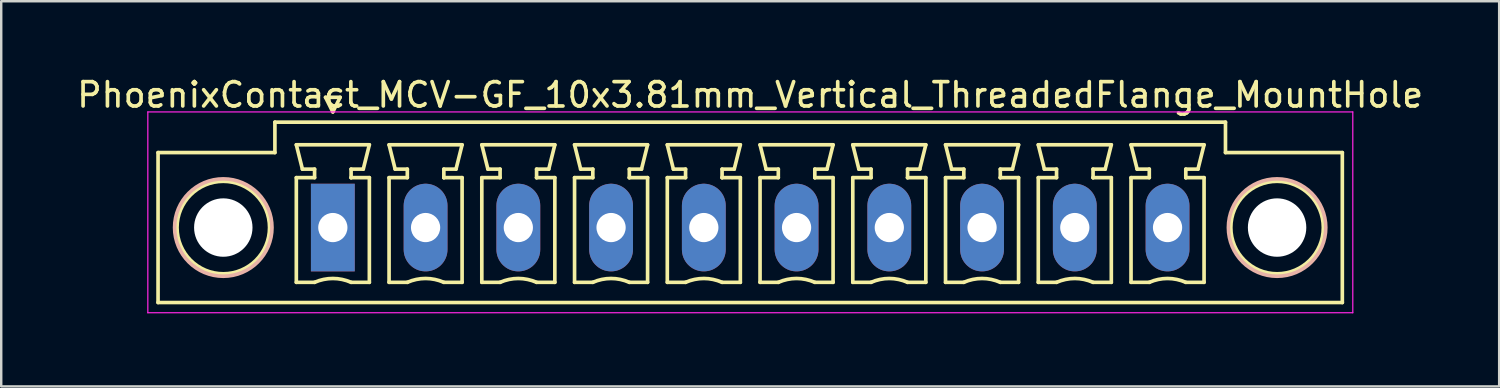
<source format=kicad_pcb>
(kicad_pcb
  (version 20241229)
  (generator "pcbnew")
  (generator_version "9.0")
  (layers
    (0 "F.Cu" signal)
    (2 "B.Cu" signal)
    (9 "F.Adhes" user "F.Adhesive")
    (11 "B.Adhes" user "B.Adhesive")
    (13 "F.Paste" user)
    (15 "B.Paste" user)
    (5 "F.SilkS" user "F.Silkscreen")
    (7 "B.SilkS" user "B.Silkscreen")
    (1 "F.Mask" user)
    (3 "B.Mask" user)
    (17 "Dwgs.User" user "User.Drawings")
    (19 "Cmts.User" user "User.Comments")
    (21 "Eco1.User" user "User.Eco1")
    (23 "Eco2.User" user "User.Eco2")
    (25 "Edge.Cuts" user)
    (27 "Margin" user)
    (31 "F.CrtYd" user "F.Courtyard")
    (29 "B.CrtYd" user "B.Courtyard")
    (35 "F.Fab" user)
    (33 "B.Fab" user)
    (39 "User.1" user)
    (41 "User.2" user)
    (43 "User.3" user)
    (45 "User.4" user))
  (footprint "PhoenixContact_MCV-GF_10x3.81mm_Vertical_ThreadedFlange_MountHole"
    (layer "F.Cu")
    (at 10.623 6.298)
    (property "Reference" "PhoenixContact_MCV-GF_10x3.81mm_Vertical_ThreadedFlange_MountHole" (at 17.145 -5.45 0) (layer "F.SilkS") (effects (font (size 1 1) (thickness 0.15))))
    (attr through_hole)
    (fp_line (start -7.18 -3.08) (end -7.18 3.08) (stroke (width 0.15) (type solid)) (layer "F.SilkS"))
    (fp_line (start -7.18 3.08) (end 41.47 3.08) (stroke (width 0.15) (type solid)) (layer "F.SilkS"))
    (fp_line (start -2.38 -4.33) (end -2.38 -3.08) (stroke (width 0.15) (type solid)) (layer "F.SilkS"))
    (fp_line (start -2.38 -3.08) (end -7.18 -3.08) (stroke (width 0.15) (type solid)) (layer "F.SilkS"))
    (fp_line (start -1.5 -3.4) (end 1.5 -3.4) (stroke (width 0.15) (type solid)) (layer "F.SilkS"))
    (fp_line (start -1.5 -2.05) (end -0.75 -2.05) (stroke (width 0.15) (type solid)) (layer "F.SilkS"))
    (fp_line (start -1.5 2.25) (end -1.5 -2.05) (stroke (width 0.15) (type solid)) (layer "F.SilkS"))
    (fp_line (start -1.25 -2.4) (end -1.5 -3.4) (stroke (width 0.15) (type solid)) (layer "F.SilkS"))
    (fp_line (start -0.75 -2.4) (end -1.25 -2.4) (stroke (width 0.15) (type solid)) (layer "F.SilkS"))
    (fp_line (start -0.75 -2.05) (end -0.75 -2.4) (stroke (width 0.15) (type solid)) (layer "F.SilkS"))
    (fp_line (start -0.75 2.25) (end -1.5 2.25) (stroke (width 0.15) (type solid)) (layer "F.SilkS"))
    (fp_line (start -0.3 -5.35) (end 0 -4.75) (stroke (width 0.15) (type solid)) (layer "F.SilkS"))
    (fp_line (start 0 -4.75) (end 0.3 -5.35) (stroke (width 0.15) (type solid)) (layer "F.SilkS"))
    (fp_line (start 0.3 -5.35) (end -0.3 -5.35) (stroke (width 0.15) (type solid)) (layer "F.SilkS"))
    (fp_line (start 0.75 -2.4) (end 0.75 -2.05) (stroke (width 0.15) (type solid)) (layer "F.SilkS"))
    (fp_line (start 0.75 -2.05) (end 0.75 -2.05) (stroke (width 0.15) (type solid)) (layer "F.SilkS"))
    (fp_line (start 0.75 -2.05) (end 1.5 -2.05) (stroke (width 0.15) (type solid)) (layer "F.SilkS"))
    (fp_line (start 1.25 -2.4) (end 0.75 -2.4) (stroke (width 0.15) (type solid)) (layer "F.SilkS"))
    (fp_line (start 1.5 -3.4) (end 1.25 -2.4) (stroke (width 0.15) (type solid)) (layer "F.SilkS"))
    (fp_line (start 1.5 -2.05) (end 1.5 2.25) (stroke (width 0.15) (type solid)) (layer "F.SilkS"))
    (fp_line (start 1.5 2.25) (end 0.75 2.25) (stroke (width 0.15) (type solid)) (layer "F.SilkS"))
    (fp_line (start 2.31 -3.4) (end 5.31 -3.4) (stroke (width 0.15) (type solid)) (layer "F.SilkS"))
    (fp_line (start 2.31 -2.05) (end 3.06 -2.05) (stroke (width 0.15) (type solid)) (layer "F.SilkS"))
    (fp_line (start 2.31 2.25) (end 2.31 -2.05) (stroke (width 0.15) (type solid)) (layer "F.SilkS"))
    (fp_line (start 2.56 -2.4) (end 2.31 -3.4) (stroke (width 0.15) (type solid)) (layer "F.SilkS"))
    (fp_line (start 3.06 -2.4) (end 2.56 -2.4) (stroke (width 0.15) (type solid)) (layer "F.SilkS"))
    (fp_line (start 3.06 -2.05) (end 3.06 -2.4) (stroke (width 0.15) (type solid)) (layer "F.SilkS"))
    (fp_line (start 3.06 2.25) (end 2.31 2.25) (stroke (width 0.15) (type solid)) (layer "F.SilkS"))
    (fp_line (start 4.56 -2.4) (end 4.56 -2.05) (stroke (width 0.15) (type solid)) (layer "F.SilkS"))
    (fp_line (start 4.56 -2.05) (end 4.56 -2.05) (stroke (width 0.15) (type solid)) (layer "F.SilkS"))
    (fp_line (start 4.56 -2.05) (end 5.31 -2.05) (stroke (width 0.15) (type solid)) (layer "F.SilkS"))
    (fp_line (start 5.06 -2.4) (end 4.56 -2.4) (stroke (width 0.15) (type solid)) (layer "F.SilkS"))
    (fp_line (start 5.31 -3.4) (end 5.06 -2.4) (stroke (width 0.15) (type solid)) (layer "F.SilkS"))
    (fp_line (start 5.31 -2.05) (end 5.31 2.25) (stroke (width 0.15) (type solid)) (layer "F.SilkS"))
    (fp_line (start 5.31 2.25) (end 4.56 2.25) (stroke (width 0.15) (type solid)) (layer "F.SilkS"))
    (fp_line (start 6.12 -3.4) (end 9.12 -3.4) (stroke (width 0.15) (type solid)) (layer "F.SilkS"))
    (fp_line (start 6.12 -2.05) (end 6.87 -2.05) (stroke (width 0.15) (type solid)) (layer "F.SilkS"))
    (fp_line (start 6.12 2.25) (end 6.12 -2.05) (stroke (width 0.15) (type solid)) (layer "F.SilkS"))
    (fp_line (start 6.37 -2.4) (end 6.12 -3.4) (stroke (width 0.15) (type solid)) (layer "F.SilkS"))
    (fp_line (start 6.87 -2.4) (end 6.37 -2.4) (stroke (width 0.15) (type solid)) (layer "F.SilkS"))
    (fp_line (start 6.87 -2.05) (end 6.87 -2.4) (stroke (width 0.15) (type solid)) (layer "F.SilkS"))
    (fp_line (start 6.87 2.25) (end 6.12 2.25) (stroke (width 0.15) (type solid)) (layer "F.SilkS"))
    (fp_line (start 8.37 -2.4) (end 8.37 -2.05) (stroke (width 0.15) (type solid)) (layer "F.SilkS"))
    (fp_line (start 8.37 -2.05) (end 8.37 -2.05) (stroke (width 0.15) (type solid)) (layer "F.SilkS"))
    (fp_line (start 8.37 -2.05) (end 9.12 -2.05) (stroke (width 0.15) (type solid)) (layer "F.SilkS"))
    (fp_line (start 8.87 -2.4) (end 8.37 -2.4) (stroke (width 0.15) (type solid)) (layer "F.SilkS"))
    (fp_line (start 9.12 -3.4) (end 8.87 -2.4) (stroke (width 0.15) (type solid)) (layer "F.SilkS"))
    (fp_line (start 9.12 -2.05) (end 9.12 2.25) (stroke (width 0.15) (type solid)) (layer "F.SilkS"))
    (fp_line (start 9.12 2.25) (end 8.37 2.25) (stroke (width 0.15) (type solid)) (layer "F.SilkS"))
    (fp_line (start 9.93 -3.4) (end 12.93 -3.4) (stroke (width 0.15) (type solid)) (layer "F.SilkS"))
    (fp_line (start 9.93 -2.05) (end 10.68 -2.05) (stroke (width 0.15) (type solid)) (layer "F.SilkS"))
    (fp_line (start 9.93 2.25) (end 9.93 -2.05) (stroke (width 0.15) (type solid)) (layer "F.SilkS"))
    (fp_line (start 10.18 -2.4) (end 9.93 -3.4) (stroke (width 0.15) (type solid)) (layer "F.SilkS"))
    (fp_line (start 10.68 -2.4) (end 10.18 -2.4) (stroke (width 0.15) (type solid)) (layer "F.SilkS"))
    (fp_line (start 10.68 -2.05) (end 10.68 -2.4) (stroke (width 0.15) (type solid)) (layer "F.SilkS"))
    (fp_line (start 10.68 2.25) (end 9.93 2.25) (stroke (width 0.15) (type solid)) (layer "F.SilkS"))
    (fp_line (start 12.18 -2.4) (end 12.18 -2.05) (stroke (width 0.15) (type solid)) (layer "F.SilkS"))
    (fp_line (start 12.18 -2.05) (end 12.18 -2.05) (stroke (width 0.15) (type solid)) (layer "F.SilkS"))
    (fp_line (start 12.18 -2.05) (end 12.93 -2.05) (stroke (width 0.15) (type solid)) (layer "F.SilkS"))
    (fp_line (start 12.68 -2.4) (end 12.18 -2.4) (stroke (width 0.15) (type solid)) (layer "F.SilkS"))
    (fp_line (start 12.93 -3.4) (end 12.68 -2.4) (stroke (width 0.15) (type solid)) (layer "F.SilkS"))
    (fp_line (start 12.93 -2.05) (end 12.93 2.25) (stroke (width 0.15) (type solid)) (layer "F.SilkS"))
    (fp_line (start 12.93 2.25) (end 12.18 2.25) (stroke (width 0.15) (type solid)) (layer "F.SilkS"))
    (fp_line (start 13.74 -3.4) (end 16.74 -3.4) (stroke (width 0.15) (type solid)) (layer "F.SilkS"))
    (fp_line (start 13.74 -2.05) (end 14.49 -2.05) (stroke (width 0.15) (type solid)) (layer "F.SilkS"))
    (fp_line (start 13.74 2.25) (end 13.74 -2.05) (stroke (width 0.15) (type solid)) (layer "F.SilkS"))
    (fp_line (start 13.99 -2.4) (end 13.74 -3.4) (stroke (width 0.15) (type solid)) (layer "F.SilkS"))
    (fp_line (start 14.49 -2.4) (end 13.99 -2.4) (stroke (width 0.15) (type solid)) (layer "F.SilkS"))
    (fp_line (start 14.49 -2.05) (end 14.49 -2.4) (stroke (width 0.15) (type solid)) (layer "F.SilkS"))
    (fp_line (start 14.49 2.25) (end 13.74 2.25) (stroke (width 0.15) (type solid)) (layer "F.SilkS"))
    (fp_line (start 15.99 -2.4) (end 15.99 -2.05) (stroke (width 0.15) (type solid)) (layer "F.SilkS"))
    (fp_line (start 15.99 -2.05) (end 15.99 -2.05) (stroke (width 0.15) (type solid)) (layer "F.SilkS"))
    (fp_line (start 15.99 -2.05) (end 16.74 -2.05) (stroke (width 0.15) (type solid)) (layer "F.SilkS"))
    (fp_line (start 16.49 -2.4) (end 15.99 -2.4) (stroke (width 0.15) (type solid)) (layer "F.SilkS"))
    (fp_line (start 16.74 -3.4) (end 16.49 -2.4) (stroke (width 0.15) (type solid)) (layer "F.SilkS"))
    (fp_line (start 16.74 -2.05) (end 16.74 2.25) (stroke (width 0.15) (type solid)) (layer "F.SilkS"))
    (fp_line (start 16.74 2.25) (end 15.99 2.25) (stroke (width 0.15) (type solid)) (layer "F.SilkS"))
    (fp_line (start 17.55 -3.4) (end 20.55 -3.4) (stroke (width 0.15) (type solid)) (layer "F.SilkS"))
    (fp_line (start 17.55 -2.05) (end 18.3 -2.05) (stroke (width 0.15) (type solid)) (layer "F.SilkS"))
    (fp_line (start 17.55 2.25) (end 17.55 -2.05) (stroke (width 0.15) (type solid)) (layer "F.SilkS"))
    (fp_line (start 17.8 -2.4) (end 17.55 -3.4) (stroke (width 0.15) (type solid)) (layer "F.SilkS"))
    (fp_line (start 18.3 -2.4) (end 17.8 -2.4) (stroke (width 0.15) (type solid)) (layer "F.SilkS"))
    (fp_line (start 18.3 -2.05) (end 18.3 -2.4) (stroke (width 0.15) (type solid)) (layer "F.SilkS"))
    (fp_line (start 18.3 2.25) (end 17.55 2.25) (stroke (width 0.15) (type solid)) (layer "F.SilkS"))
    (fp_line (start 19.8 -2.4) (end 19.8 -2.05) (stroke (width 0.15) (type solid)) (layer "F.SilkS"))
    (fp_line (start 19.8 -2.05) (end 19.8 -2.05) (stroke (width 0.15) (type solid)) (layer "F.SilkS"))
    (fp_line (start 19.8 -2.05) (end 20.55 -2.05) (stroke (width 0.15) (type solid)) (layer "F.SilkS"))
    (fp_line (start 20.3 -2.4) (end 19.8 -2.4) (stroke (width 0.15) (type solid)) (layer "F.SilkS"))
    (fp_line (start 20.55 -3.4) (end 20.3 -2.4) (stroke (width 0.15) (type solid)) (layer "F.SilkS"))
    (fp_line (start 20.55 -2.05) (end 20.55 2.25) (stroke (width 0.15) (type solid)) (layer "F.SilkS"))
    (fp_line (start 20.55 2.25) (end 19.8 2.25) (stroke (width 0.15) (type solid)) (layer "F.SilkS"))
    (fp_line (start 21.36 -3.4) (end 24.36 -3.4) (stroke (width 0.15) (type solid)) (layer "F.SilkS"))
    (fp_line (start 21.36 -2.05) (end 22.11 -2.05) (stroke (width 0.15) (type solid)) (layer "F.SilkS"))
    (fp_line (start 21.36 2.25) (end 21.36 -2.05) (stroke (width 0.15) (type solid)) (layer "F.SilkS"))
    (fp_line (start 21.61 -2.4) (end 21.36 -3.4) (stroke (width 0.15) (type solid)) (layer "F.SilkS"))
    (fp_line (start 22.11 -2.4) (end 21.61 -2.4) (stroke (width 0.15) (type solid)) (layer "F.SilkS"))
    (fp_line (start 22.11 -2.05) (end 22.11 -2.4) (stroke (width 0.15) (type solid)) (layer "F.SilkS"))
    (fp_line (start 22.11 2.25) (end 21.36 2.25) (stroke (width 0.15) (type solid)) (layer "F.SilkS"))
    (fp_line (start 23.61 -2.4) (end 23.61 -2.05) (stroke (width 0.15) (type solid)) (layer "F.SilkS"))
    (fp_line (start 23.61 -2.05) (end 23.61 -2.05) (stroke (width 0.15) (type solid)) (layer "F.SilkS"))
    (fp_line (start 23.61 -2.05) (end 24.36 -2.05) (stroke (width 0.15) (type solid)) (layer "F.SilkS"))
    (fp_line (start 24.11 -2.4) (end 23.61 -2.4) (stroke (width 0.15) (type solid)) (layer "F.SilkS"))
    (fp_line (start 24.36 -3.4) (end 24.11 -2.4) (stroke (width 0.15) (type solid)) (layer "F.SilkS"))
    (fp_line (start 24.36 -2.05) (end 24.36 2.25) (stroke (width 0.15) (type solid)) (layer "F.SilkS"))
    (fp_line (start 24.36 2.25) (end 23.61 2.25) (stroke (width 0.15) (type solid)) (layer "F.SilkS"))
    (fp_line (start 25.17 -3.4) (end 28.17 -3.4) (stroke (width 0.15) (type solid)) (layer "F.SilkS"))
    (fp_line (start 25.17 -2.05) (end 25.92 -2.05) (stroke (width 0.15) (type solid)) (layer "F.SilkS"))
    (fp_line (start 25.17 2.25) (end 25.17 -2.05) (stroke (width 0.15) (type solid)) (layer "F.SilkS"))
    (fp_line (start 25.42 -2.4) (end 25.17 -3.4) (stroke (width 0.15) (type solid)) (layer "F.SilkS"))
    (fp_line (start 25.92 -2.4) (end 25.42 -2.4) (stroke (width 0.15) (type solid)) (layer "F.SilkS"))
    (fp_line (start 25.92 -2.05) (end 25.92 -2.4) (stroke (width 0.15) (type solid)) (layer "F.SilkS"))
    (fp_line (start 25.92 2.25) (end 25.17 2.25) (stroke (width 0.15) (type solid)) (layer "F.SilkS"))
    (fp_line (start 27.42 -2.4) (end 27.42 -2.05) (stroke (width 0.15) (type solid)) (layer "F.SilkS"))
    (fp_line (start 27.42 -2.05) (end 27.42 -2.05) (stroke (width 0.15) (type solid)) (layer "F.SilkS"))
    (fp_line (start 27.42 -2.05) (end 28.17 -2.05) (stroke (width 0.15) (type solid)) (layer "F.SilkS"))
    (fp_line (start 27.92 -2.4) (end 27.42 -2.4) (stroke (width 0.15) (type solid)) (layer "F.SilkS"))
    (fp_line (start 28.17 -3.4) (end 27.92 -2.4) (stroke (width 0.15) (type solid)) (layer "F.SilkS"))
    (fp_line (start 28.17 -2.05) (end 28.17 2.25) (stroke (width 0.15) (type solid)) (layer "F.SilkS"))
    (fp_line (start 28.17 2.25) (end 27.42 2.25) (stroke (width 0.15) (type solid)) (layer "F.SilkS"))
    (fp_line (start 28.98 -3.4) (end 31.98 -3.4) (stroke (width 0.15) (type solid)) (layer "F.SilkS"))
    (fp_line (start 28.98 -2.05) (end 29.73 -2.05) (stroke (width 0.15) (type solid)) (layer "F.SilkS"))
    (fp_line (start 28.98 2.25) (end 28.98 -2.05) (stroke (width 0.15) (type solid)) (layer "F.SilkS"))
    (fp_line (start 29.23 -2.4) (end 28.98 -3.4) (stroke (width 0.15) (type solid)) (layer "F.SilkS"))
    (fp_line (start 29.73 -2.4) (end 29.23 -2.4) (stroke (width 0.15) (type solid)) (layer "F.SilkS"))
    (fp_line (start 29.73 -2.05) (end 29.73 -2.4) (stroke (width 0.15) (type solid)) (layer "F.SilkS"))
    (fp_line (start 29.73 2.25) (end 28.98 2.25) (stroke (width 0.15) (type solid)) (layer "F.SilkS"))
    (fp_line (start 31.23 -2.4) (end 31.23 -2.05) (stroke (width 0.15) (type solid)) (layer "F.SilkS"))
    (fp_line (start 31.23 -2.05) (end 31.23 -2.05) (stroke (width 0.15) (type solid)) (layer "F.SilkS"))
    (fp_line (start 31.23 -2.05) (end 31.98 -2.05) (stroke (width 0.15) (type solid)) (layer "F.SilkS"))
    (fp_line (start 31.73 -2.4) (end 31.23 -2.4) (stroke (width 0.15) (type solid)) (layer "F.SilkS"))
    (fp_line (start 31.98 -3.4) (end 31.73 -2.4) (stroke (width 0.15) (type solid)) (layer "F.SilkS"))
    (fp_line (start 31.98 -2.05) (end 31.98 2.25) (stroke (width 0.15) (type solid)) (layer "F.SilkS"))
    (fp_line (start 31.98 2.25) (end 31.23 2.25) (stroke (width 0.15) (type solid)) (layer "F.SilkS"))
    (fp_line (start 32.79 -3.4) (end 35.79 -3.4) (stroke (width 0.15) (type solid)) (layer "F.SilkS"))
    (fp_line (start 32.79 -2.05) (end 33.54 -2.05) (stroke (width 0.15) (type solid)) (layer "F.SilkS"))
    (fp_line (start 32.79 2.25) (end 32.79 -2.05) (stroke (width 0.15) (type solid)) (layer "F.SilkS"))
    (fp_line (start 33.04 -2.4) (end 32.79 -3.4) (stroke (width 0.15) (type solid)) (layer "F.SilkS"))
    (fp_line (start 33.54 -2.4) (end 33.04 -2.4) (stroke (width 0.15) (type solid)) (layer "F.SilkS"))
    (fp_line (start 33.54 -2.05) (end 33.54 -2.4) (stroke (width 0.15) (type solid)) (layer "F.SilkS"))
    (fp_line (start 33.54 2.25) (end 32.79 2.25) (stroke (width 0.15) (type solid)) (layer "F.SilkS"))
    (fp_line (start 35.04 -2.4) (end 35.04 -2.05) (stroke (width 0.15) (type solid)) (layer "F.SilkS"))
    (fp_line (start 35.04 -2.05) (end 35.04 -2.05) (stroke (width 0.15) (type solid)) (layer "F.SilkS"))
    (fp_line (start 35.04 -2.05) (end 35.79 -2.05) (stroke (width 0.15) (type solid)) (layer "F.SilkS"))
    (fp_line (start 35.54 -2.4) (end 35.04 -2.4) (stroke (width 0.15) (type solid)) (layer "F.SilkS"))
    (fp_line (start 35.79 -3.4) (end 35.54 -2.4) (stroke (width 0.15) (type solid)) (layer "F.SilkS"))
    (fp_line (start 35.79 -2.05) (end 35.79 2.25) (stroke (width 0.15) (type solid)) (layer "F.SilkS"))
    (fp_line (start 35.79 2.25) (end 35.04 2.25) (stroke (width 0.15) (type solid)) (layer "F.SilkS"))
    (fp_line (start 36.67 -4.33) (end -2.38 -4.33) (stroke (width 0.15) (type solid)) (layer "F.SilkS"))
    (fp_line (start 36.67 -3.08) (end 36.67 -4.33) (stroke (width 0.15) (type solid)) (layer "F.SilkS"))
    (fp_line (start 41.47 -3.08) (end 36.67 -3.08) (stroke (width 0.15) (type solid)) (layer "F.SilkS"))
    (fp_line (start 41.47 3.08) (end 41.47 -3.08) (stroke (width 0.15) (type solid)) (layer "F.SilkS"))
    (fp_arc (start -0.75 2.25) (mid -0.000193 2.09191) (end 0.749647 2.249844) (stroke (width 0.15) (type solid)) (layer "F.SilkS"))
    (fp_arc (start 3.06 2.25) (mid 3.809807 2.09191) (end 4.559647 2.249844) (stroke (width 0.15) (type solid)) (layer "F.SilkS"))
    (fp_arc (start 6.87 2.25) (mid 7.619807 2.09191) (end 8.369647 2.249844) (stroke (width 0.15) (type solid)) (layer "F.SilkS"))
    (fp_arc (start 10.68 2.25) (mid 11.429807 2.09191) (end 12.179647 2.249844) (stroke (width 0.15) (type solid)) (layer "F.SilkS"))
    (fp_arc (start 14.49 2.25) (mid 15.239807 2.09191) (end 15.989647 2.249844) (stroke (width 0.15) (type solid)) (layer "F.SilkS"))
    (fp_arc (start 18.3 2.25) (mid 19.049807 2.09191) (end 19.799647 2.249844) (stroke (width 0.15) (type solid)) (layer "F.SilkS"))
    (fp_arc (start 22.11 2.25) (mid 22.859807 2.09191) (end 23.609647 2.249844) (stroke (width 0.15) (type solid)) (layer "F.SilkS"))
    (fp_arc (start 25.92 2.25) (mid 26.669807 2.09191) (end 27.419647 2.249844) (stroke (width 0.15) (type solid)) (layer "F.SilkS"))
    (fp_arc (start 29.73 2.25) (mid 30.479807 2.09191) (end 31.229647 2.249844) (stroke (width 0.15) (type solid)) (layer "F.SilkS"))
    (fp_arc (start 33.54 2.25) (mid 34.289807 2.09191) (end 35.039647 2.249844) (stroke (width 0.15) (type solid)) (layer "F.SilkS"))
    (fp_circle (center -4.5 0) (end -2.6 0) (stroke (width 0.15) (type solid)) (fill no) (layer "F.SilkS"))
    (fp_circle (center 38.79 0) (end 40.69 0) (stroke (width 0.15) (type solid)) (fill no) (layer "F.SilkS"))
    (fp_circle (center -4.5 0) (end -2.5 0) (stroke (width 0.15) (type solid)) (fill no) (layer "B.SilkS"))
    (fp_circle (center 38.79 0) (end 40.79 0) (stroke (width 0.15) (type solid)) (fill no) (layer "B.SilkS"))
    (fp_line (start -7.6 -4.75) (end -7.6 3.5) (stroke (width 0.05) (type solid)) (layer "F.CrtYd"))
    (fp_line (start -7.6 3.5) (end 41.9 3.5) (stroke (width 0.05) (type solid)) (layer "F.CrtYd"))
    (fp_line (start 41.9 -4.75) (end -7.6 -4.75) (stroke (width 0.05) (type solid)) (layer "F.CrtYd"))
    (fp_line (start 41.9 3.5) (end 41.9 -4.75) (stroke (width 0.05) (type solid)) (layer "F.CrtYd"))
    (pad "" np_thru_hole circle (at -4.5 0) (size 2.4 2.4) (drill 2.4) (layers "*.Cu" "*.Mask"))
    (pad "" np_thru_hole circle (at 38.79 0) (size 2.4 2.4) (drill 2.4) (layers "*.Cu" "*.Mask"))
    (pad "1" thru_hole rect (at 0 0) (size 1.8 3.6) (drill 1.2) (layers "*.Cu" "*.Mask"))
    (pad "2" thru_hole oval (at 3.81 0) (size 1.8 3.6) (drill 1.2) (layers "*.Cu" "*.Mask"))
    (pad "3" thru_hole oval (at 7.62 0) (size 1.8 3.6) (drill 1.2) (layers "*.Cu" "*.Mask"))
    (pad "4" thru_hole oval (at 11.43 0) (size 1.8 3.6) (drill 1.2) (layers "*.Cu" "*.Mask"))
    (pad "5" thru_hole oval (at 15.24 0) (size 1.8 3.6) (drill 1.2) (layers "*.Cu" "*.Mask"))
    (pad "6" thru_hole oval (at 19.05 0) (size 1.8 3.6) (drill 1.2) (layers "*.Cu" "*.Mask"))
    (pad "7" thru_hole oval (at 22.86 0) (size 1.8 3.6) (drill 1.2) (layers "*.Cu" "*.Mask"))
    (pad "8" thru_hole oval (at 26.67 0) (size 1.8 3.6) (drill 1.2) (layers "*.Cu" "*.Mask"))
    (pad "9" thru_hole oval (at 30.48 0) (size 1.8 3.6) (drill 1.2) (layers "*.Cu" "*.Mask"))
    (pad "10" thru_hole oval (at 34.29 0) (size 1.8 3.6) (drill 1.2) (layers "*.Cu" "*.Mask")))
  (gr_rect
    (start -3 -3)
    (end 58.536 12.823)
    (stroke (width 0.1) (type default))
    (fill no)
    (layer "Edge.Cuts")))
</source>
